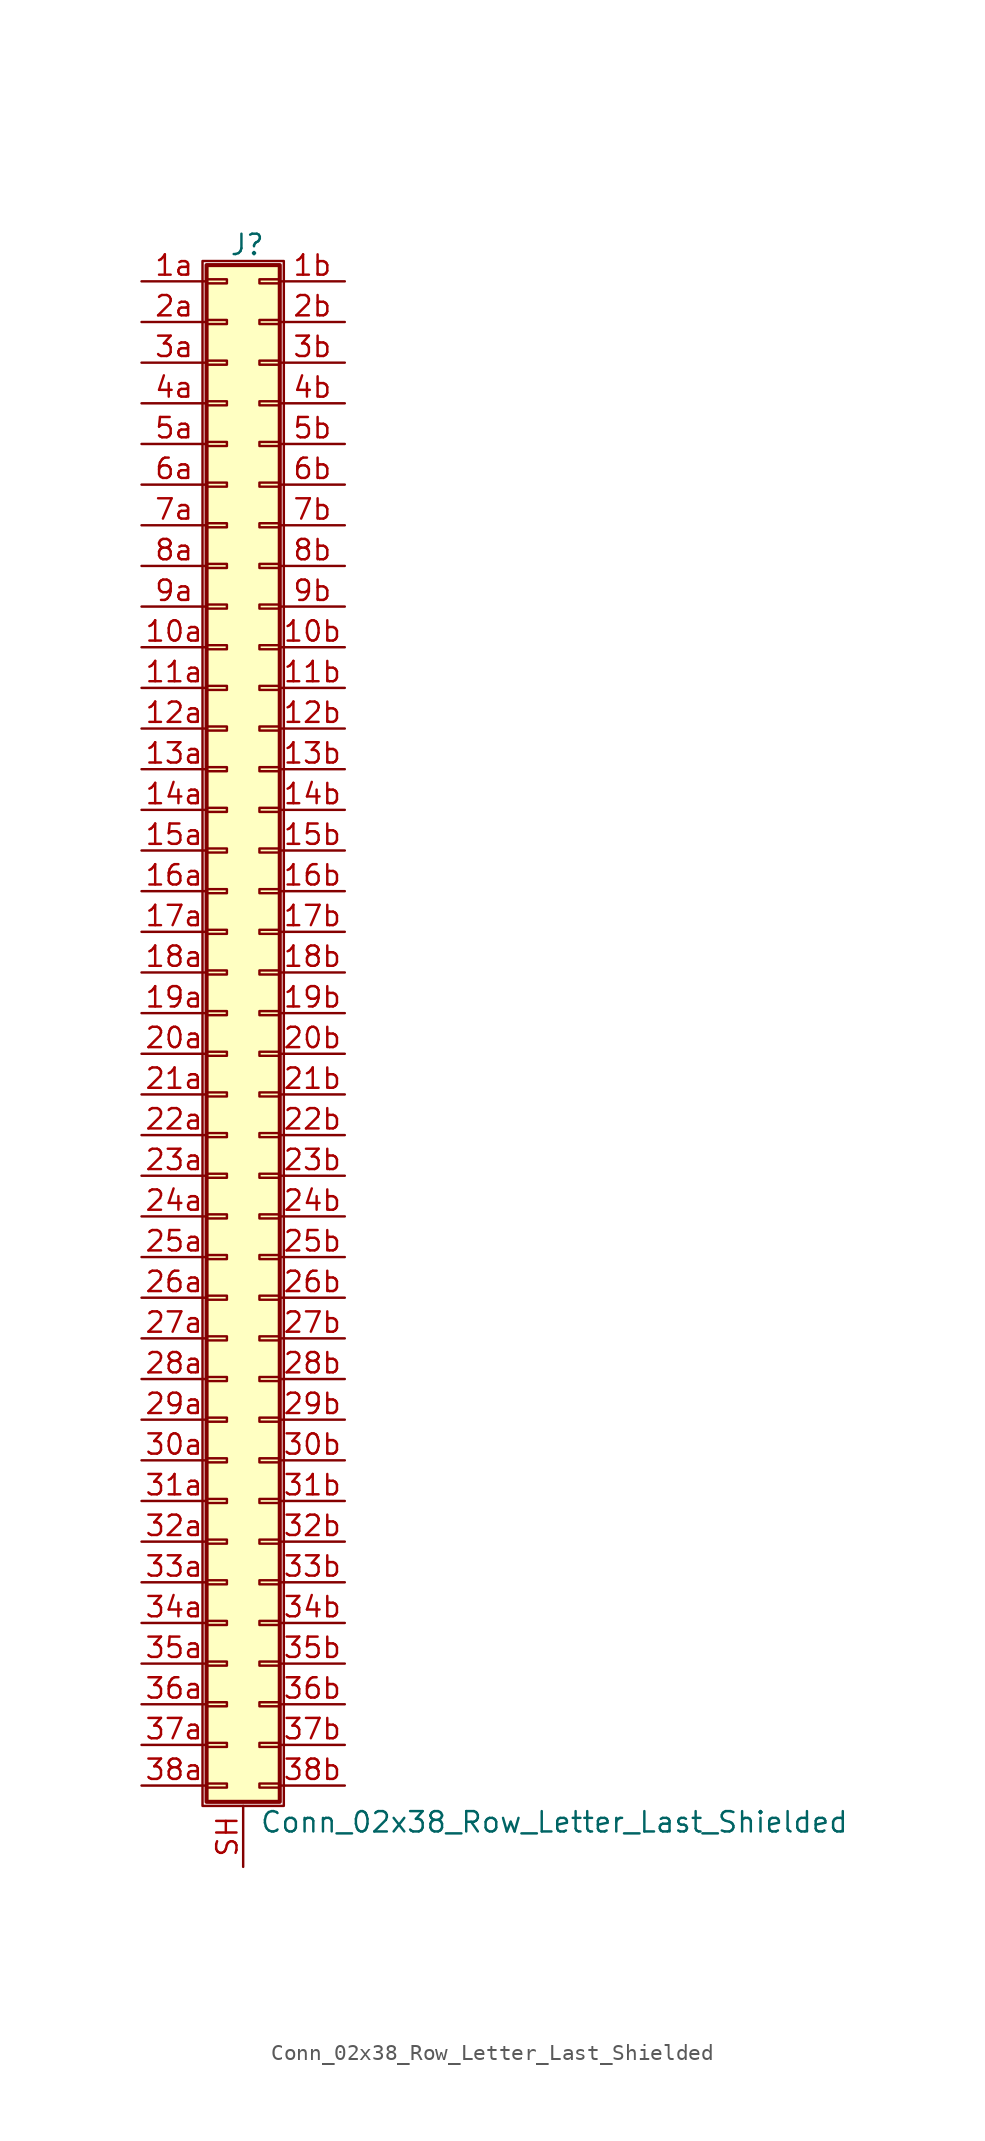
<source format=kicad_sym>
(kicad_symbol_lib
  (version 20201005)
  (generator kicad_symbol_editor)
  (symbol "Conn_02x38_Row_Letter_Last_Shielded"
    (pin_names
      (offset 1.016) hide)
    (property "Reference" "J"
      (at 1.524 48.006 0)
      (effects (font (size 1.27 1.27))))
    (property "Value" "Conn_02x38_Row_Letter_Last_Shielded"
      (at 2.286 -50.546 0)
      (effects (font (size 1.27 1.27)) (justify left)))
    (symbol "Conn_02x38_Row_Letter_Last_Shielded_1_1"
      (rectangle (start -1.27 46.99) (end 3.81 -49.53) (stroke (width 0.152)) (fill (type none)))
      (rectangle (start -1.016 -48.133) (end 0.254 -48.387) (stroke (width 0.152)) (fill (type none)))
      (rectangle (start -1.016 -45.593) (end 0.254 -45.847) (stroke (width 0.152)) (fill (type none)))
      (rectangle (start -1.016 -43.053) (end 0.254 -43.307) (stroke (width 0.152)) (fill (type none)))
      (rectangle (start -1.016 -40.513) (end 0.254 -40.767) (stroke (width 0.152)) (fill (type none)))
      (rectangle (start -1.016 -37.973) (end 0.254 -38.227) (stroke (width 0.152)) (fill (type none)))
      (rectangle (start -1.016 -35.433) (end 0.254 -35.687) (stroke (width 0.152)) (fill (type none)))
      (rectangle (start -1.016 -32.893) (end 0.254 -33.147) (stroke (width 0.152)) (fill (type none)))
      (rectangle (start -1.016 -30.353) (end 0.254 -30.607) (stroke (width 0.152)) (fill (type none)))
      (rectangle (start -1.016 -27.813) (end 0.254 -28.067) (stroke (width 0.152)) (fill (type none)))
      (rectangle (start -1.016 -25.273) (end 0.254 -25.527) (stroke (width 0.152)) (fill (type none)))
      (rectangle (start -1.016 -22.733) (end 0.254 -22.987) (stroke (width 0.152)) (fill (type none)))
      (rectangle (start -1.016 -20.193) (end 0.254 -20.447) (stroke (width 0.152)) (fill (type none)))
      (rectangle (start -1.016 -17.653) (end 0.254 -17.907) (stroke (width 0.152)) (fill (type none)))
      (rectangle (start -1.016 -15.113) (end 0.254 -15.367) (stroke (width 0.152)) (fill (type none)))
      (rectangle (start -1.016 -12.573) (end 0.254 -12.827) (stroke (width 0.152)) (fill (type none)))
      (rectangle (start -1.016 -10.033) (end 0.254 -10.287) (stroke (width 0.152)) (fill (type none)))
      (rectangle (start -1.016 -7.493) (end 0.254 -7.747) (stroke (width 0.152)) (fill (type none)))
      (rectangle (start -1.016 -4.953) (end 0.254 -5.207) (stroke (width 0.152)) (fill (type none)))
      (rectangle (start -1.016 -2.413) (end 0.254 -2.667) (stroke (width 0.152)) (fill (type none)))
      (rectangle (start -1.016 0.127) (end 0.254 -0.127) (stroke (width 0.152)) (fill (type none)))
      (rectangle (start -1.016 2.667) (end 0.254 2.413) (stroke (width 0.152)) (fill (type none)))
      (rectangle (start -1.016 5.207) (end 0.254 4.953) (stroke (width 0.152)) (fill (type none)))
      (rectangle (start -1.016 7.747) (end 0.254 7.493) (stroke (width 0.152)) (fill (type none)))
      (rectangle (start -1.016 10.287) (end 0.254 10.033) (stroke (width 0.152)) (fill (type none)))
      (rectangle (start -1.016 12.827) (end 0.254 12.573) (stroke (width 0.152)) (fill (type none)))
      (rectangle (start -1.016 15.367) (end 0.254 15.113) (stroke (width 0.152)) (fill (type none)))
      (rectangle (start -1.016 17.907) (end 0.254 17.653) (stroke (width 0.152)) (fill (type none)))
      (rectangle (start -1.016 20.447) (end 0.254 20.193) (stroke (width 0.152)) (fill (type none)))
      (rectangle (start -1.016 22.987) (end 0.254 22.733) (stroke (width 0.152)) (fill (type none)))
      (rectangle (start -1.016 25.527) (end 0.254 25.273) (stroke (width 0.152)) (fill (type none)))
      (rectangle (start -1.016 28.067) (end 0.254 27.813) (stroke (width 0.152)) (fill (type none)))
      (rectangle (start -1.016 30.607) (end 0.254 30.353) (stroke (width 0.152)) (fill (type none)))
      (rectangle (start -1.016 33.147) (end 0.254 32.893) (stroke (width 0.152)) (fill (type none)))
      (rectangle (start -1.016 35.687) (end 0.254 35.433) (stroke (width 0.152)) (fill (type none)))
      (rectangle (start -1.016 38.227) (end 0.254 37.973) (stroke (width 0.152)) (fill (type none)))
      (rectangle (start -1.016 40.767) (end 0.254 40.513) (stroke (width 0.152)) (fill (type none)))
      (rectangle (start -1.016 43.307) (end 0.254 43.053) (stroke (width 0.152)) (fill (type none)))
      (rectangle (start -1.016 45.847) (end 0.254 45.593) (stroke (width 0.152)) (fill (type none)))
      (rectangle (start -1.016 46.736) (end 3.556 -49.276) (stroke (width 0.254)) (fill (type background)))
      (rectangle (start 3.556 -48.133) (end 2.286 -48.387) (stroke (width 0.152)) (fill (type none)))
      (rectangle (start 3.556 -45.593) (end 2.286 -45.847) (stroke (width 0.152)) (fill (type none)))
      (rectangle (start 3.556 -43.053) (end 2.286 -43.307) (stroke (width 0.152)) (fill (type none)))
      (rectangle (start 3.556 -40.513) (end 2.286 -40.767) (stroke (width 0.152)) (fill (type none)))
      (rectangle (start 3.556 -37.973) (end 2.286 -38.227) (stroke (width 0.152)) (fill (type none)))
      (rectangle (start 3.556 -35.433) (end 2.286 -35.687) (stroke (width 0.152)) (fill (type none)))
      (rectangle (start 3.556 -32.893) (end 2.286 -33.147) (stroke (width 0.152)) (fill (type none)))
      (rectangle (start 3.556 -30.353) (end 2.286 -30.607) (stroke (width 0.152)) (fill (type none)))
      (rectangle (start 3.556 -27.813) (end 2.286 -28.067) (stroke (width 0.152)) (fill (type none)))
      (rectangle (start 3.556 -25.273) (end 2.286 -25.527) (stroke (width 0.152)) (fill (type none)))
      (rectangle (start 3.556 -22.733) (end 2.286 -22.987) (stroke (width 0.152)) (fill (type none)))
      (rectangle (start 3.556 -20.193) (end 2.286 -20.447) (stroke (width 0.152)) (fill (type none)))
      (rectangle (start 3.556 -17.653) (end 2.286 -17.907) (stroke (width 0.152)) (fill (type none)))
      (rectangle (start 3.556 -15.113) (end 2.286 -15.367) (stroke (width 0.152)) (fill (type none)))
      (rectangle (start 3.556 -12.573) (end 2.286 -12.827) (stroke (width 0.152)) (fill (type none)))
      (rectangle (start 3.556 -10.033) (end 2.286 -10.287) (stroke (width 0.152)) (fill (type none)))
      (rectangle (start 3.556 -7.493) (end 2.286 -7.747) (stroke (width 0.152)) (fill (type none)))
      (rectangle (start 3.556 -4.953) (end 2.286 -5.207) (stroke (width 0.152)) (fill (type none)))
      (rectangle (start 3.556 -2.413) (end 2.286 -2.667) (stroke (width 0.152)) (fill (type none)))
      (rectangle (start 3.556 0.127) (end 2.286 -0.127) (stroke (width 0.152)) (fill (type none)))
      (rectangle (start 3.556 2.667) (end 2.286 2.413) (stroke (width 0.152)) (fill (type none)))
      (rectangle (start 3.556 5.207) (end 2.286 4.953) (stroke (width 0.152)) (fill (type none)))
      (rectangle (start 3.556 7.747) (end 2.286 7.493) (stroke (width 0.152)) (fill (type none)))
      (rectangle (start 3.556 10.287) (end 2.286 10.033) (stroke (width 0.152)) (fill (type none)))
      (rectangle (start 3.556 12.827) (end 2.286 12.573) (stroke (width 0.152)) (fill (type none)))
      (rectangle (start 3.556 15.367) (end 2.286 15.113) (stroke (width 0.152)) (fill (type none)))
      (rectangle (start 3.556 17.907) (end 2.286 17.653) (stroke (width 0.152)) (fill (type none)))
      (rectangle (start 3.556 20.447) (end 2.286 20.193) (stroke (width 0.152)) (fill (type none)))
      (rectangle (start 3.556 22.987) (end 2.286 22.733) (stroke (width 0.152)) (fill (type none)))
      (rectangle (start 3.556 25.527) (end 2.286 25.273) (stroke (width 0.152)) (fill (type none)))
      (rectangle (start 3.556 28.067) (end 2.286 27.813) (stroke (width 0.152)) (fill (type none)))
      (rectangle (start 3.556 30.607) (end 2.286 30.353) (stroke (width 0.152)) (fill (type none)))
      (rectangle (start 3.556 33.147) (end 2.286 32.893) (stroke (width 0.152)) (fill (type none)))
      (rectangle (start 3.556 35.687) (end 2.286 35.433) (stroke (width 0.152)) (fill (type none)))
      (rectangle (start 3.556 38.227) (end 2.286 37.973) (stroke (width 0.152)) (fill (type none)))
      (rectangle (start 3.556 40.767) (end 2.286 40.513) (stroke (width 0.152)) (fill (type none)))
      (rectangle (start 3.556 43.307) (end 2.286 43.053) (stroke (width 0.152)) (fill (type none)))
      (rectangle (start 3.556 45.847) (end 2.286 45.593) (stroke (width 0.152)) (fill (type none)))
      (pin passive line (at -5.08 22.86 0) (length 4.064) (name "Pin_10a" (effects (font (size 1.27 1.27)))) (number "10a" (effects (font (size 1.27 1.27)))))
      (pin passive line (at 7.62 22.86 180) (length 4.064) (name "Pin_10b" (effects (font (size 1.27 1.27)))) (number "10b" (effects (font (size 1.27 1.27)))))
      (pin passive line (at -5.08 20.32 0) (length 4.064) (name "Pin_11a" (effects (font (size 1.27 1.27)))) (number "11a" (effects (font (size 1.27 1.27)))))
      (pin passive line (at 7.62 20.32 180) (length 4.064) (name "Pin_11b" (effects (font (size 1.27 1.27)))) (number "11b" (effects (font (size 1.27 1.27)))))
      (pin passive line (at -5.08 17.78 0) (length 4.064) (name "Pin_12a" (effects (font (size 1.27 1.27)))) (number "12a" (effects (font (size 1.27 1.27)))))
      (pin passive line (at 7.62 17.78 180) (length 4.064) (name "Pin_12b" (effects (font (size 1.27 1.27)))) (number "12b" (effects (font (size 1.27 1.27)))))
      (pin passive line (at -5.08 15.24 0) (length 4.064) (name "Pin_13a" (effects (font (size 1.27 1.27)))) (number "13a" (effects (font (size 1.27 1.27)))))
      (pin passive line (at 7.62 15.24 180) (length 4.064) (name "Pin_13b" (effects (font (size 1.27 1.27)))) (number "13b" (effects (font (size 1.27 1.27)))))
      (pin passive line (at -5.08 12.7 0) (length 4.064) (name "Pin_14a" (effects (font (size 1.27 1.27)))) (number "14a" (effects (font (size 1.27 1.27)))))
      (pin passive line (at 7.62 12.7 180) (length 4.064) (name "Pin_14b" (effects (font (size 1.27 1.27)))) (number "14b" (effects (font (size 1.27 1.27)))))
      (pin passive line (at -5.08 10.16 0) (length 4.064) (name "Pin_15a" (effects (font (size 1.27 1.27)))) (number "15a" (effects (font (size 1.27 1.27)))))
      (pin passive line (at 7.62 10.16 180) (length 4.064) (name "Pin_15b" (effects (font (size 1.27 1.27)))) (number "15b" (effects (font (size 1.27 1.27)))))
      (pin passive line (at -5.08 7.62 0) (length 4.064) (name "Pin_16a" (effects (font (size 1.27 1.27)))) (number "16a" (effects (font (size 1.27 1.27)))))
      (pin passive line (at 7.62 7.62 180) (length 4.064) (name "Pin_16b" (effects (font (size 1.27 1.27)))) (number "16b" (effects (font (size 1.27 1.27)))))
      (pin passive line (at -5.08 5.08 0) (length 4.064) (name "Pin_17a" (effects (font (size 1.27 1.27)))) (number "17a" (effects (font (size 1.27 1.27)))))
      (pin passive line (at 7.62 5.08 180) (length 4.064) (name "Pin_17b" (effects (font (size 1.27 1.27)))) (number "17b" (effects (font (size 1.27 1.27)))))
      (pin passive line (at -5.08 2.54 0) (length 4.064) (name "Pin_18a" (effects (font (size 1.27 1.27)))) (number "18a" (effects (font (size 1.27 1.27)))))
      (pin passive line (at 7.62 2.54 180) (length 4.064) (name "Pin_18b" (effects (font (size 1.27 1.27)))) (number "18b" (effects (font (size 1.27 1.27)))))
      (pin passive line (at -5.08 0 0) (length 4.064) (name "Pin_19a" (effects (font (size 1.27 1.27)))) (number "19a" (effects (font (size 1.27 1.27)))))
      (pin passive line (at 7.62 0 180) (length 4.064) (name "Pin_19b" (effects (font (size 1.27 1.27)))) (number "19b" (effects (font (size 1.27 1.27)))))
      (pin passive line (at -5.08 45.72 0) (length 4.064) (name "Pin_1a" (effects (font (size 1.27 1.27)))) (number "1a" (effects (font (size 1.27 1.27)))))
      (pin passive line (at 7.62 45.72 180) (length 4.064) (name "Pin_1b" (effects (font (size 1.27 1.27)))) (number "1b" (effects (font (size 1.27 1.27)))))
      (pin passive line (at -5.08 -2.54 0) (length 4.064) (name "Pin_20a" (effects (font (size 1.27 1.27)))) (number "20a" (effects (font (size 1.27 1.27)))))
      (pin passive line (at 7.62 -2.54 180) (length 4.064) (name "Pin_20b" (effects (font (size 1.27 1.27)))) (number "20b" (effects (font (size 1.27 1.27)))))
      (pin passive line (at -5.08 -5.08 0) (length 4.064) (name "Pin_21a" (effects (font (size 1.27 1.27)))) (number "21a" (effects (font (size 1.27 1.27)))))
      (pin passive line (at 7.62 -5.08 180) (length 4.064) (name "Pin_21b" (effects (font (size 1.27 1.27)))) (number "21b" (effects (font (size 1.27 1.27)))))
      (pin passive line (at -5.08 -7.62 0) (length 4.064) (name "Pin_22a" (effects (font (size 1.27 1.27)))) (number "22a" (effects (font (size 1.27 1.27)))))
      (pin passive line (at 7.62 -7.62 180) (length 4.064) (name "Pin_22b" (effects (font (size 1.27 1.27)))) (number "22b" (effects (font (size 1.27 1.27)))))
      (pin passive line (at -5.08 -10.16 0) (length 4.064) (name "Pin_23a" (effects (font (size 1.27 1.27)))) (number "23a" (effects (font (size 1.27 1.27)))))
      (pin passive line (at 7.62 -10.16 180) (length 4.064) (name "Pin_23b" (effects (font (size 1.27 1.27)))) (number "23b" (effects (font (size 1.27 1.27)))))
      (pin passive line (at -5.08 -12.7 0) (length 4.064) (name "Pin_24a" (effects (font (size 1.27 1.27)))) (number "24a" (effects (font (size 1.27 1.27)))))
      (pin passive line (at 7.62 -12.7 180) (length 4.064) (name "Pin_24b" (effects (font (size 1.27 1.27)))) (number "24b" (effects (font (size 1.27 1.27)))))
      (pin passive line (at -5.08 -15.24 0) (length 4.064) (name "Pin_25a" (effects (font (size 1.27 1.27)))) (number "25a" (effects (font (size 1.27 1.27)))))
      (pin passive line (at 7.62 -15.24 180) (length 4.064) (name "Pin_25b" (effects (font (size 1.27 1.27)))) (number "25b" (effects (font (size 1.27 1.27)))))
      (pin passive line (at -5.08 -17.78 0) (length 4.064) (name "Pin_26a" (effects (font (size 1.27 1.27)))) (number "26a" (effects (font (size 1.27 1.27)))))
      (pin passive line (at 7.62 -17.78 180) (length 4.064) (name "Pin_26b" (effects (font (size 1.27 1.27)))) (number "26b" (effects (font (size 1.27 1.27)))))
      (pin passive line (at -5.08 -20.32 0) (length 4.064) (name "Pin_27a" (effects (font (size 1.27 1.27)))) (number "27a" (effects (font (size 1.27 1.27)))))
      (pin passive line (at 7.62 -20.32 180) (length 4.064) (name "Pin_27b" (effects (font (size 1.27 1.27)))) (number "27b" (effects (font (size 1.27 1.27)))))
      (pin passive line (at -5.08 -22.86 0) (length 4.064) (name "Pin_28a" (effects (font (size 1.27 1.27)))) (number "28a" (effects (font (size 1.27 1.27)))))
      (pin passive line (at 7.62 -22.86 180) (length 4.064) (name "Pin_28b" (effects (font (size 1.27 1.27)))) (number "28b" (effects (font (size 1.27 1.27)))))
      (pin passive line (at -5.08 -25.4 0) (length 4.064) (name "Pin_29a" (effects (font (size 1.27 1.27)))) (number "29a" (effects (font (size 1.27 1.27)))))
      (pin passive line (at 7.62 -25.4 180) (length 4.064) (name "Pin_29b" (effects (font (size 1.27 1.27)))) (number "29b" (effects (font (size 1.27 1.27)))))
      (pin passive line (at -5.08 43.18 0) (length 4.064) (name "Pin_2a" (effects (font (size 1.27 1.27)))) (number "2a" (effects (font (size 1.27 1.27)))))
      (pin passive line (at 7.62 43.18 180) (length 4.064) (name "Pin_2b" (effects (font (size 1.27 1.27)))) (number "2b" (effects (font (size 1.27 1.27)))))
      (pin passive line (at -5.08 -27.94 0) (length 4.064) (name "Pin_30a" (effects (font (size 1.27 1.27)))) (number "30a" (effects (font (size 1.27 1.27)))))
      (pin passive line (at 7.62 -27.94 180) (length 4.064) (name "Pin_30b" (effects (font (size 1.27 1.27)))) (number "30b" (effects (font (size 1.27 1.27)))))
      (pin passive line (at -5.08 -30.48 0) (length 4.064) (name "Pin_31a" (effects (font (size 1.27 1.27)))) (number "31a" (effects (font (size 1.27 1.27)))))
      (pin passive line (at 7.62 -30.48 180) (length 4.064) (name "Pin_31b" (effects (font (size 1.27 1.27)))) (number "31b" (effects (font (size 1.27 1.27)))))
      (pin passive line (at -5.08 -33.02 0) (length 4.064) (name "Pin_32a" (effects (font (size 1.27 1.27)))) (number "32a" (effects (font (size 1.27 1.27)))))
      (pin passive line (at 7.62 -33.02 180) (length 4.064) (name "Pin_32b" (effects (font (size 1.27 1.27)))) (number "32b" (effects (font (size 1.27 1.27)))))
      (pin passive line (at -5.08 -35.56 0) (length 4.064) (name "Pin_33a" (effects (font (size 1.27 1.27)))) (number "33a" (effects (font (size 1.27 1.27)))))
      (pin passive line (at 7.62 -35.56 180) (length 4.064) (name "Pin_33b" (effects (font (size 1.27 1.27)))) (number "33b" (effects (font (size 1.27 1.27)))))
      (pin passive line (at -5.08 -38.1 0) (length 4.064) (name "Pin_34a" (effects (font (size 1.27 1.27)))) (number "34a" (effects (font (size 1.27 1.27)))))
      (pin passive line (at 7.62 -38.1 180) (length 4.064) (name "Pin_34b" (effects (font (size 1.27 1.27)))) (number "34b" (effects (font (size 1.27 1.27)))))
      (pin passive line (at -5.08 -40.64 0) (length 4.064) (name "Pin_35a" (effects (font (size 1.27 1.27)))) (number "35a" (effects (font (size 1.27 1.27)))))
      (pin passive line (at 7.62 -40.64 180) (length 4.064) (name "Pin_35b" (effects (font (size 1.27 1.27)))) (number "35b" (effects (font (size 1.27 1.27)))))
      (pin passive line (at -5.08 -43.18 0) (length 4.064) (name "Pin_36a" (effects (font (size 1.27 1.27)))) (number "36a" (effects (font (size 1.27 1.27)))))
      (pin passive line (at 7.62 -43.18 180) (length 4.064) (name "Pin_36b" (effects (font (size 1.27 1.27)))) (number "36b" (effects (font (size 1.27 1.27)))))
      (pin passive line (at -5.08 -45.72 0) (length 4.064) (name "Pin_37a" (effects (font (size 1.27 1.27)))) (number "37a" (effects (font (size 1.27 1.27)))))
      (pin passive line (at 7.62 -45.72 180) (length 4.064) (name "Pin_37b" (effects (font (size 1.27 1.27)))) (number "37b" (effects (font (size 1.27 1.27)))))
      (pin passive line (at -5.08 -48.26 0) (length 4.064) (name "Pin_38a" (effects (font (size 1.27 1.27)))) (number "38a" (effects (font (size 1.27 1.27)))))
      (pin passive line (at 7.62 -48.26 180) (length 4.064) (name "Pin_38b" (effects (font (size 1.27 1.27)))) (number "38b" (effects (font (size 1.27 1.27)))))
      (pin passive line (at -5.08 40.64 0) (length 4.064) (name "Pin_3a" (effects (font (size 1.27 1.27)))) (number "3a" (effects (font (size 1.27 1.27)))))
      (pin passive line (at 7.62 40.64 180) (length 4.064) (name "Pin_3b" (effects (font (size 1.27 1.27)))) (number "3b" (effects (font (size 1.27 1.27)))))
      (pin passive line (at -5.08 38.1 0) (length 4.064) (name "Pin_4a" (effects (font (size 1.27 1.27)))) (number "4a" (effects (font (size 1.27 1.27)))))
      (pin passive line (at 7.62 38.1 180) (length 4.064) (name "Pin_4b" (effects (font (size 1.27 1.27)))) (number "4b" (effects (font (size 1.27 1.27)))))
      (pin passive line (at -5.08 35.56 0) (length 4.064) (name "Pin_5a" (effects (font (size 1.27 1.27)))) (number "5a" (effects (font (size 1.27 1.27)))))
      (pin passive line (at 7.62 35.56 180) (length 4.064) (name "Pin_5b" (effects (font (size 1.27 1.27)))) (number "5b" (effects (font (size 1.27 1.27)))))
      (pin passive line (at -5.08 33.02 0) (length 4.064) (name "Pin_6a" (effects (font (size 1.27 1.27)))) (number "6a" (effects (font (size 1.27 1.27)))))
      (pin passive line (at 7.62 33.02 180) (length 4.064) (name "Pin_6b" (effects (font (size 1.27 1.27)))) (number "6b" (effects (font (size 1.27 1.27)))))
      (pin passive line (at -5.08 30.48 0) (length 4.064) (name "Pin_7a" (effects (font (size 1.27 1.27)))) (number "7a" (effects (font (size 1.27 1.27)))))
      (pin passive line (at 7.62 30.48 180) (length 4.064) (name "Pin_7b" (effects (font (size 1.27 1.27)))) (number "7b" (effects (font (size 1.27 1.27)))))
      (pin passive line (at -5.08 27.94 0) (length 4.064) (name "Pin_8a" (effects (font (size 1.27 1.27)))) (number "8a" (effects (font (size 1.27 1.27)))))
      (pin passive line (at 7.62 27.94 180) (length 4.064) (name "Pin_8b" (effects (font (size 1.27 1.27)))) (number "8b" (effects (font (size 1.27 1.27)))))
      (pin passive line (at -5.08 25.4 0) (length 4.064) (name "Pin_9a" (effects (font (size 1.27 1.27)))) (number "9a" (effects (font (size 1.27 1.27)))))
      (pin passive line (at 7.62 25.4 180) (length 4.064) (name "Pin_9b" (effects (font (size 1.27 1.27)))) (number "9b" (effects (font (size 1.27 1.27)))))
      (pin passive line (at 1.27 -53.34 90) (length 3.81) (name "Shield" (effects (font (size 1.27 1.27)))) (number "SH" (effects (font (size 1.27 1.27))))))))
</source>
